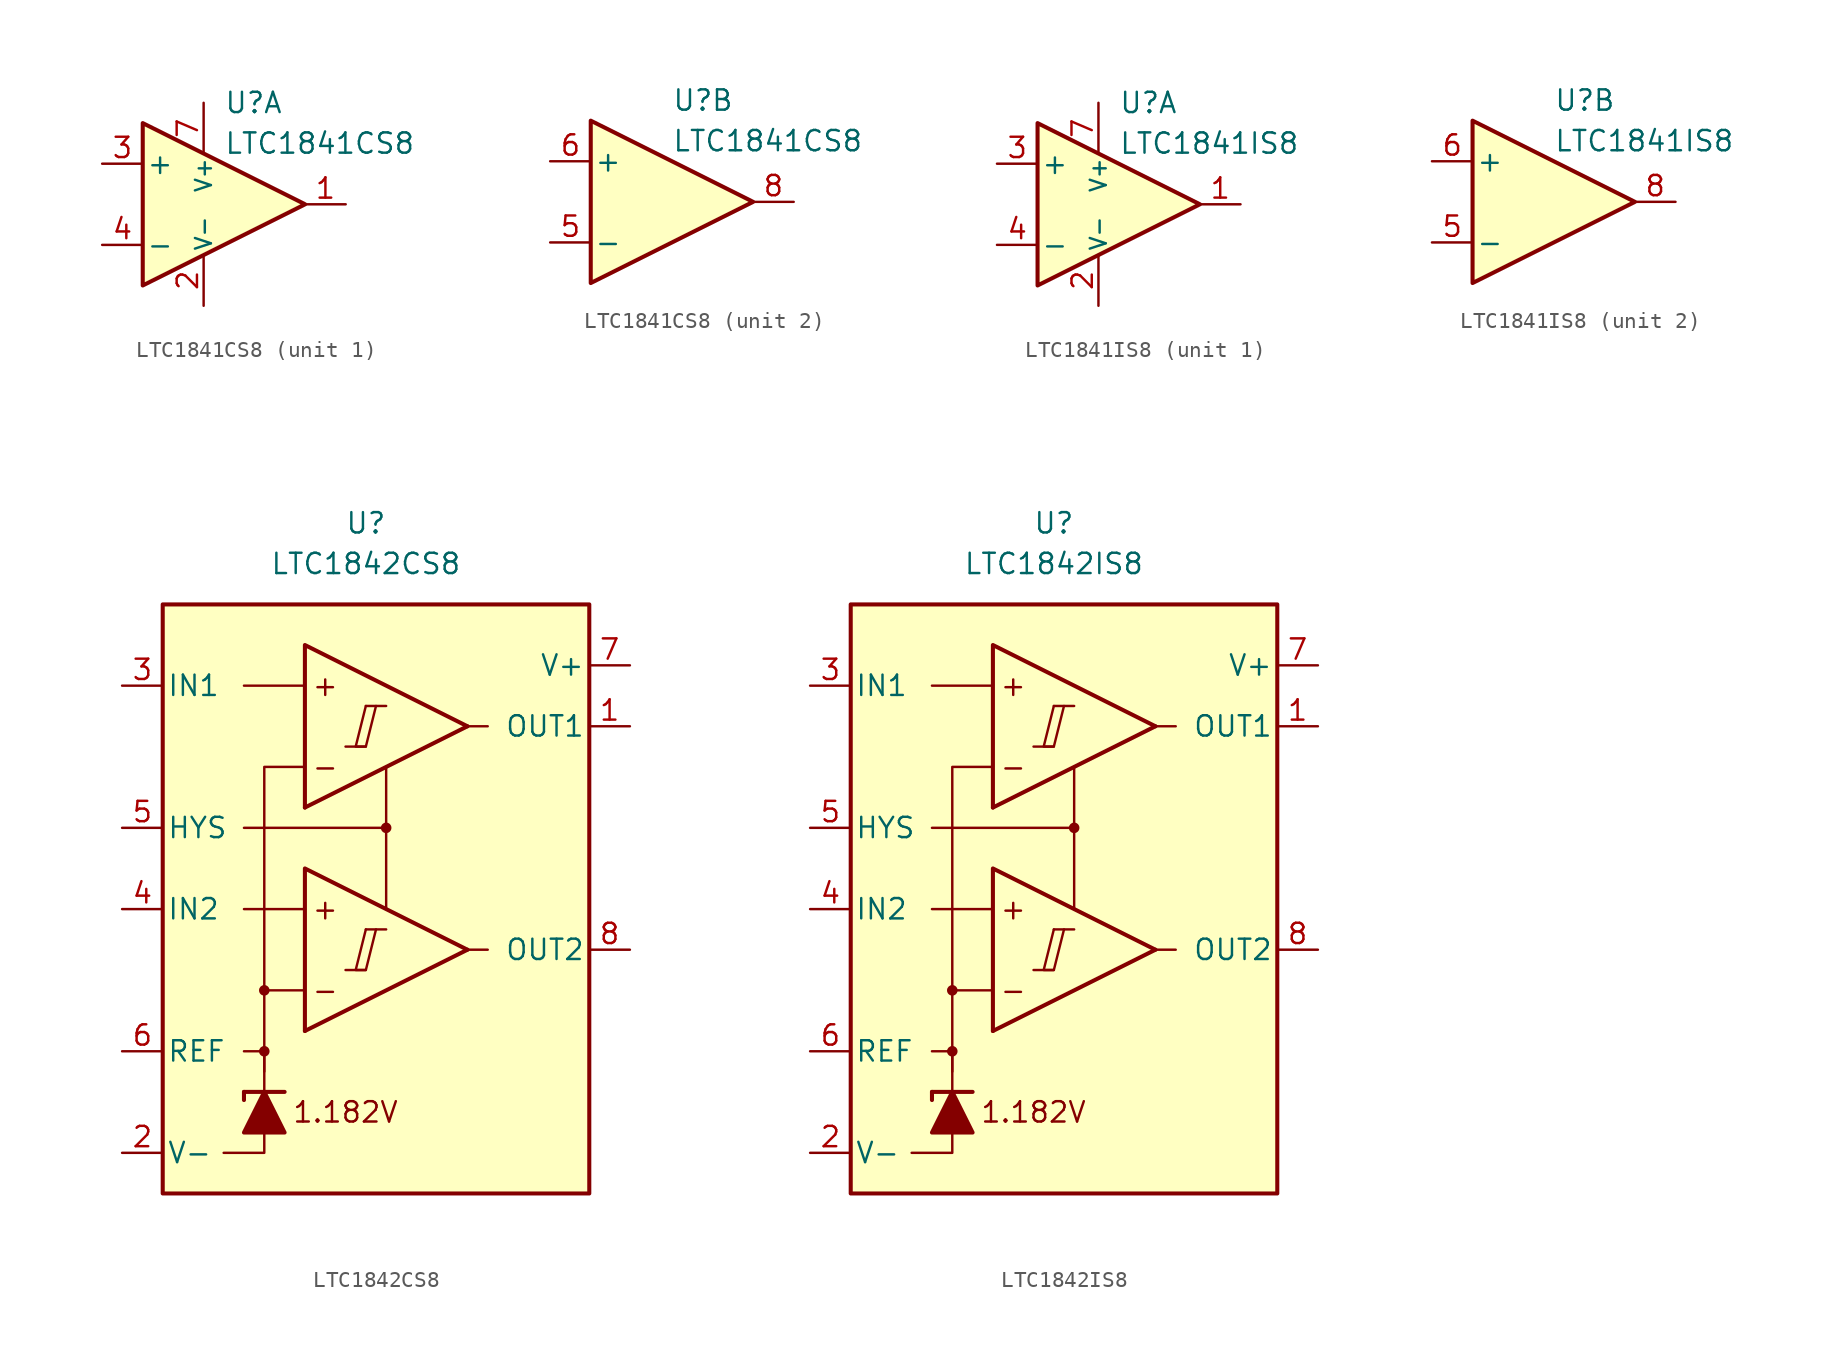
<source format=kicad_sym>
(kicad_symbol_lib
  (version 20231120)
  (generator "kicad_symbol_editor")
  (generator_version "8.0")
  (symbol "LTC1841CS8"
    (pin_names
      (offset 0.2))
    (property "Reference" "U"
      (at 1.27 6.35 0)
      (effects (font (size 1.27 1.27)) (justify left)))
    (property "Value" "LTC1841CS8"
      (at 1.27 3.81 0)
      (effects (font (size 1.27 1.27)) (justify left)))
    (property "ki_locked" ""
      (at 0 0 0)
      (effects (font (size 1.27 1.27))))
    (symbol "LTC1841CS8_0_1"
      (polyline (pts (xy -3.81 5.08) (xy -3.81 -5.08) (xy 6.35 0) (xy -3.81 5.08)) (stroke (width 0.254) (type default)) (fill (type background))))
    (symbol "LTC1841CS8_1_1"
      (pin output line (at 8.89 0 180) (length 2.54) (name "~" (effects (font (size 1.27 1.27)))) (number "1" (effects (font (size 1.27 1.27)))))
      (pin power_in line (at 0 -6.35 90) (length 3.18) (name "V-" (effects (font (size 1 1)))) (number "2" (effects (font (size 1.27 1.27)))))
      (pin input line (at -6.35 2.54 0) (length 2.54) (name "+" (effects (font (size 1.27 1.27)))) (number "3" (effects (font (size 1.27 1.27)))))
      (pin input line (at -6.35 -2.54 0) (length 2.54) (name "-" (effects (font (size 1.27 1.27)))) (number "4" (effects (font (size 1.27 1.27)))))
      (pin power_in line (at 0 6.35 270) (length 3.18) (name "V+" (effects (font (size 1 1)))) (number "7" (effects (font (size 1.27 1.27))))))
    (symbol "LTC1841CS8_2_1"
      (pin input line (at -6.35 -2.54 0) (length 2.54) (name "-" (effects (font (size 1.27 1.27)))) (number "5" (effects (font (size 1.27 1.27)))))
      (pin input line (at -6.35 2.54 0) (length 2.54) (name "+" (effects (font (size 1.27 1.27)))) (number "6" (effects (font (size 1.27 1.27)))))
      (pin output line (at 8.89 0 180) (length 2.54) (name "~" (effects (font (size 1.27 1.27)))) (number "8" (effects (font (size 1.27 1.27)))))))
  (symbol "LTC1841IS8"
    (pin_names
      (offset 0.2))
    (property "Reference" "U"
      (at 1.27 6.35 0)
      (effects (font (size 1.27 1.27)) (justify left)))
    (property "Value" "LTC1841IS8"
      (at 1.27 3.81 0)
      (effects (font (size 1.27 1.27)) (justify left)))
    (property "ki_locked" ""
      (at 0 0 0)
      (effects (font (size 1.27 1.27))))
    (symbol "LTC1841IS8_0_1"
      (polyline (pts (xy -3.81 5.08) (xy -3.81 -5.08) (xy 6.35 0) (xy -3.81 5.08)) (stroke (width 0.254) (type default)) (fill (type background))))
    (symbol "LTC1841IS8_1_1"
      (pin output line (at 8.89 0 180) (length 2.54) (name "~" (effects (font (size 1.27 1.27)))) (number "1" (effects (font (size 1.27 1.27)))))
      (pin power_in line (at 0 -6.35 90) (length 3.18) (name "V-" (effects (font (size 1 1)))) (number "2" (effects (font (size 1.27 1.27)))))
      (pin input line (at -6.35 2.54 0) (length 2.54) (name "+" (effects (font (size 1.27 1.27)))) (number "3" (effects (font (size 1.27 1.27)))))
      (pin input line (at -6.35 -2.54 0) (length 2.54) (name "-" (effects (font (size 1.27 1.27)))) (number "4" (effects (font (size 1.27 1.27)))))
      (pin power_in line (at 0 6.35 270) (length 3.18) (name "V+" (effects (font (size 1 1)))) (number "7" (effects (font (size 1.27 1.27))))))
    (symbol "LTC1841IS8_2_1"
      (pin input line (at -6.35 -2.54 0) (length 2.54) (name "-" (effects (font (size 1.27 1.27)))) (number "5" (effects (font (size 1.27 1.27)))))
      (pin input line (at -6.35 2.54 0) (length 2.54) (name "+" (effects (font (size 1.27 1.27)))) (number "6" (effects (font (size 1.27 1.27)))))
      (pin output line (at 8.89 0 180) (length 2.54) (name "~" (effects (font (size 1.27 1.27)))) (number "8" (effects (font (size 1.27 1.27)))))))
  (symbol "LTC1842CS8"
    (pin_names
      (offset 0.254))
    (property "Reference" "U"
      (at -1.27 22.86 0)
      (effects (font (size 1.27 1.27))))
    (property "Value" "LTC1842CS8"
      (at -1.27 20.32 0)
      (effects (font (size 1.27 1.27))))
    (symbol "LTC1842CS8_0_0"
      (rectangle (start -13.97 17.78) (end 12.7 -19.05) (stroke (width 0.254) (type default)) (fill (type background)))
      (circle (center -7.62 -10.16) (radius 0.254) (stroke (width 0.152) (type default)) (fill (type outline)))
      (circle (center -7.62 -6.35) (radius 0.254) (stroke (width 0.152) (type default)) (fill (type outline)))
      (polyline (pts (xy -2.54 -5.08) (xy -1.27 -5.08)) (stroke (width 0.152) (type default)) (fill (type none)))
      (polyline (pts (xy -2.54 8.89) (xy -1.27 8.89)) (stroke (width 0.152) (type default)) (fill (type none)))
      (polyline (pts (xy -1.27 -2.54) (xy 0 -2.54)) (stroke (width 0.152) (type default)) (fill (type none)))
      (polyline (pts (xy -1.27 11.43) (xy 0 11.43)) (stroke (width 0.152) (type default)) (fill (type none)))
      (polyline (pts (xy 5.08 -3.81) (xy -5.08 -8.89)) (stroke (width 0.254) (type default)) (fill (type none)))
      (polyline (pts (xy 5.08 10.16) (xy -5.08 5.08)) (stroke (width 0.254) (type default)) (fill (type none)))
      (polyline (pts (xy 5.08 -3.81) (xy -5.08 1.27) (xy -5.08 -8.89)) (stroke (width 0.254) (type default)) (fill (type background)))
      (polyline (pts (xy 5.08 10.16) (xy -5.08 15.24) (xy -5.08 5.08)) (stroke (width 0.254) (type default)) (fill (type background)))
      (polyline (pts (xy -1.27 -2.54) (xy -1.905 -5.08) (xy -1.27 -5.08) (xy -0.635 -2.54)) (stroke (width 0.152) (type default)) (fill (type none)))
      (polyline (pts (xy -1.27 11.43) (xy -1.905 8.89) (xy -1.27 8.89) (xy -0.635 11.43)) (stroke (width 0.152) (type default)) (fill (type none)))
      (circle (center 0 3.81) (radius 0.254) (stroke (width 0.152) (type default)) (fill (type outline)))
      (text "+" (at -3.81 -1.27 0) (effects (font (size 1.27 1.27))))
      (text "+" (at -3.81 12.7 0) (effects (font (size 1.27 1.27))))
      (text "-" (at -3.81 -6.35 0) (effects (font (size 1.27 1.27))))
      (text "-" (at -3.81 7.62 0) (effects (font (size 1.27 1.27))))
      (text "1.182V" (at -2.54 -13.97 0) (effects (font (size 1.27 1.27)))))
    (symbol "LTC1842CS8_0_1"
      (polyline (pts (xy -8.89 -12.7) (xy -8.89 -13.208)) (stroke (width 0.254) (type default)) (fill (type none)))
      (polyline (pts (xy -8.89 -12.7) (xy -6.35 -12.7)) (stroke (width 0.254) (type default)) (fill (type none)))
      (polyline (pts (xy -5.08 -1.27) (xy -8.89 -1.27)) (stroke (width 0) (type default)) (fill (type none)))
      (polyline (pts (xy -5.08 12.7) (xy -8.89 12.7)) (stroke (width 0) (type default)) (fill (type none)))
      (polyline (pts (xy 0 3.81) (xy 0 -1.27)) (stroke (width 0) (type default)) (fill (type none)))
      (polyline (pts (xy 5.08 -3.81) (xy 6.35 -3.81)) (stroke (width 0) (type default)) (fill (type none)))
      (polyline (pts (xy 5.08 10.16) (xy 6.35 10.16)) (stroke (width 0) (type default)) (fill (type none)))
      (polyline (pts (xy -7.62 -15.24) (xy -7.62 -16.51) (xy -10.16 -16.51)) (stroke (width 0) (type default)) (fill (type none)))
      (polyline (pts (xy -7.62 -12.7) (xy -7.62 -10.16) (xy -8.89 -10.16)) (stroke (width 0) (type default)) (fill (type none)))
      (polyline (pts (xy -7.62 -11.43) (xy -7.62 -6.35) (xy -5.08 -6.35)) (stroke (width 0) (type default)) (fill (type none)))
      (polyline (pts (xy -7.62 -6.35) (xy -7.62 7.62) (xy -5.08 7.62)) (stroke (width 0) (type default)) (fill (type none)))
      (polyline (pts (xy 0 7.62) (xy 0 3.81) (xy -8.89 3.81)) (stroke (width 0) (type default)) (fill (type none)))
      (polyline (pts (xy -6.35 -15.24) (xy -8.89 -15.24) (xy -7.62 -12.7) (xy -6.35 -15.24)) (stroke (width 0.254) (type default)) (fill (type outline))))
    (symbol "LTC1842CS8_1_1"
      (pin output line (at 15.24 10.16 180) (length 2.54) (name "OUT1" (effects (font (size 1.27 1.27)))) (number "1" (effects (font (size 1.27 1.27)))))
      (pin power_in line (at -16.51 -16.51 0) (length 2.54) (name "V-" (effects (font (size 1.27 1.27)))) (number "2" (effects (font (size 1.27 1.27)))))
      (pin input line (at -16.51 12.7 0) (length 2.54) (name "IN1" (effects (font (size 1.27 1.27)))) (number "3" (effects (font (size 1.27 1.27)))))
      (pin input line (at -16.51 -1.27 0) (length 2.54) (name "IN2" (effects (font (size 1.27 1.27)))) (number "4" (effects (font (size 1.27 1.27)))))
      (pin input line (at -16.51 3.81 0) (length 2.54) (name "HYS" (effects (font (size 1.27 1.27)))) (number "5" (effects (font (size 1.27 1.27)))))
      (pin output line (at -16.51 -10.16 0) (length 2.54) (name "REF" (effects (font (size 1.27 1.27)))) (number "6" (effects (font (size 1.27 1.27)))))
      (pin power_in line (at 15.24 13.97 180) (length 2.54) (name "V+" (effects (font (size 1.27 1.27)))) (number "7" (effects (font (size 1.27 1.27)))))
      (pin output line (at 15.24 -3.81 180) (length 2.54) (name "OUT2" (effects (font (size 1.27 1.27)))) (number "8" (effects (font (size 1.27 1.27)))))))
  (symbol "LTC1842IS8"
    (pin_names
      (offset 0.254))
    (property "Reference" "U"
      (at -1.27 22.86 0)
      (effects (font (size 1.27 1.27))))
    (property "Value" "LTC1842IS8"
      (at -1.27 20.32 0)
      (effects (font (size 1.27 1.27))))
    (symbol "LTC1842IS8_0_0"
      (rectangle (start -13.97 17.78) (end 12.7 -19.05) (stroke (width 0.254) (type default)) (fill (type background)))
      (circle (center -7.62 -10.16) (radius 0.254) (stroke (width 0.152) (type default)) (fill (type outline)))
      (circle (center -7.62 -6.35) (radius 0.254) (stroke (width 0.152) (type default)) (fill (type outline)))
      (polyline (pts (xy -2.54 -5.08) (xy -1.27 -5.08)) (stroke (width 0.152) (type default)) (fill (type none)))
      (polyline (pts (xy -2.54 8.89) (xy -1.27 8.89)) (stroke (width 0.152) (type default)) (fill (type none)))
      (polyline (pts (xy -1.27 -2.54) (xy 0 -2.54)) (stroke (width 0.152) (type default)) (fill (type none)))
      (polyline (pts (xy -1.27 11.43) (xy 0 11.43)) (stroke (width 0.152) (type default)) (fill (type none)))
      (polyline (pts (xy 5.08 -3.81) (xy -5.08 -8.89)) (stroke (width 0.254) (type default)) (fill (type none)))
      (polyline (pts (xy 5.08 10.16) (xy -5.08 5.08)) (stroke (width 0.254) (type default)) (fill (type none)))
      (polyline (pts (xy 5.08 -3.81) (xy -5.08 1.27) (xy -5.08 -8.89)) (stroke (width 0.254) (type default)) (fill (type background)))
      (polyline (pts (xy 5.08 10.16) (xy -5.08 15.24) (xy -5.08 5.08)) (stroke (width 0.254) (type default)) (fill (type background)))
      (polyline (pts (xy -1.27 -2.54) (xy -1.905 -5.08) (xy -1.27 -5.08) (xy -0.635 -2.54)) (stroke (width 0.152) (type default)) (fill (type none)))
      (polyline (pts (xy -1.27 11.43) (xy -1.905 8.89) (xy -1.27 8.89) (xy -0.635 11.43)) (stroke (width 0.152) (type default)) (fill (type none)))
      (circle (center 0 3.81) (radius 0.254) (stroke (width 0.152) (type default)) (fill (type outline)))
      (text "+" (at -3.81 -1.27 0) (effects (font (size 1.27 1.27))))
      (text "+" (at -3.81 12.7 0) (effects (font (size 1.27 1.27))))
      (text "-" (at -3.81 -6.35 0) (effects (font (size 1.27 1.27))))
      (text "-" (at -3.81 7.62 0) (effects (font (size 1.27 1.27))))
      (text "1.182V" (at -2.54 -13.97 0) (effects (font (size 1.27 1.27)))))
    (symbol "LTC1842IS8_0_1"
      (polyline (pts (xy -8.89 -12.7) (xy -8.89 -13.208)) (stroke (width 0.254) (type default)) (fill (type none)))
      (polyline (pts (xy -8.89 -12.7) (xy -6.35 -12.7)) (stroke (width 0.254) (type default)) (fill (type none)))
      (polyline (pts (xy -5.08 -1.27) (xy -8.89 -1.27)) (stroke (width 0) (type default)) (fill (type none)))
      (polyline (pts (xy -5.08 12.7) (xy -8.89 12.7)) (stroke (width 0) (type default)) (fill (type none)))
      (polyline (pts (xy 0 3.81) (xy 0 -1.27)) (stroke (width 0) (type default)) (fill (type none)))
      (polyline (pts (xy 5.08 -3.81) (xy 6.35 -3.81)) (stroke (width 0) (type default)) (fill (type none)))
      (polyline (pts (xy 5.08 10.16) (xy 6.35 10.16)) (stroke (width 0) (type default)) (fill (type none)))
      (polyline (pts (xy -7.62 -15.24) (xy -7.62 -16.51) (xy -10.16 -16.51)) (stroke (width 0) (type default)) (fill (type none)))
      (polyline (pts (xy -7.62 -12.7) (xy -7.62 -10.16) (xy -8.89 -10.16)) (stroke (width 0) (type default)) (fill (type none)))
      (polyline (pts (xy -7.62 -11.43) (xy -7.62 -6.35) (xy -5.08 -6.35)) (stroke (width 0) (type default)) (fill (type none)))
      (polyline (pts (xy -7.62 -6.35) (xy -7.62 7.62) (xy -5.08 7.62)) (stroke (width 0) (type default)) (fill (type none)))
      (polyline (pts (xy 0 7.62) (xy 0 3.81) (xy -8.89 3.81)) (stroke (width 0) (type default)) (fill (type none)))
      (polyline (pts (xy -6.35 -15.24) (xy -8.89 -15.24) (xy -7.62 -12.7) (xy -6.35 -15.24)) (stroke (width 0.254) (type default)) (fill (type outline))))
    (symbol "LTC1842IS8_1_1"
      (pin output line (at 15.24 10.16 180) (length 2.54) (name "OUT1" (effects (font (size 1.27 1.27)))) (number "1" (effects (font (size 1.27 1.27)))))
      (pin power_in line (at -16.51 -16.51 0) (length 2.54) (name "V-" (effects (font (size 1.27 1.27)))) (number "2" (effects (font (size 1.27 1.27)))))
      (pin input line (at -16.51 12.7 0) (length 2.54) (name "IN1" (effects (font (size 1.27 1.27)))) (number "3" (effects (font (size 1.27 1.27)))))
      (pin input line (at -16.51 -1.27 0) (length 2.54) (name "IN2" (effects (font (size 1.27 1.27)))) (number "4" (effects (font (size 1.27 1.27)))))
      (pin input line (at -16.51 3.81 0) (length 2.54) (name "HYS" (effects (font (size 1.27 1.27)))) (number "5" (effects (font (size 1.27 1.27)))))
      (pin output line (at -16.51 -10.16 0) (length 2.54) (name "REF" (effects (font (size 1.27 1.27)))) (number "6" (effects (font (size 1.27 1.27)))))
      (pin power_in line (at 15.24 13.97 180) (length 2.54) (name "V+" (effects (font (size 1.27 1.27)))) (number "7" (effects (font (size 1.27 1.27)))))
      (pin output line (at 15.24 -3.81 180) (length 2.54) (name "OUT2" (effects (font (size 1.27 1.27)))) (number "8" (effects (font (size 1.27 1.27))))))))
</source>
